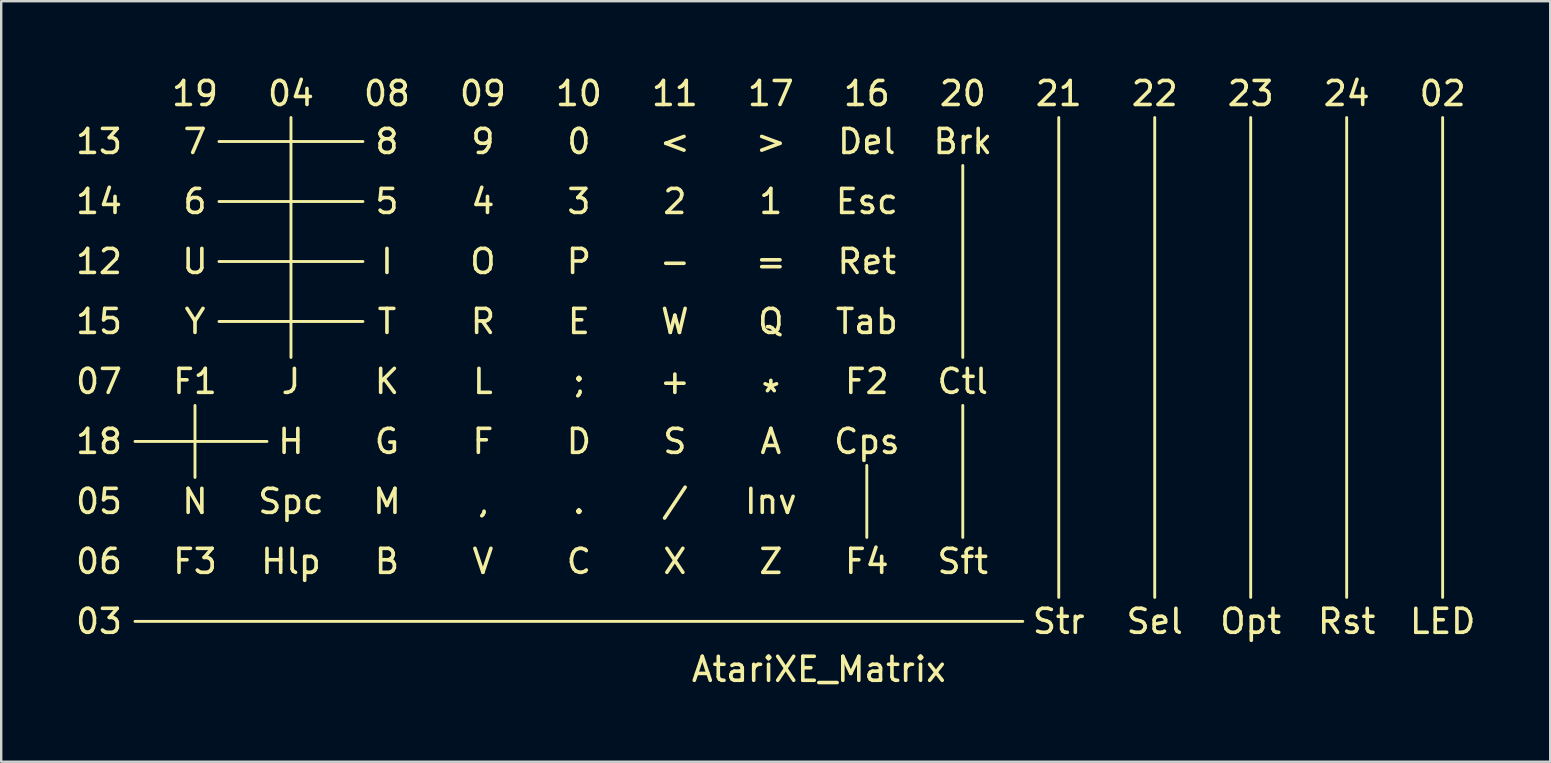
<source format=kicad_pcb>
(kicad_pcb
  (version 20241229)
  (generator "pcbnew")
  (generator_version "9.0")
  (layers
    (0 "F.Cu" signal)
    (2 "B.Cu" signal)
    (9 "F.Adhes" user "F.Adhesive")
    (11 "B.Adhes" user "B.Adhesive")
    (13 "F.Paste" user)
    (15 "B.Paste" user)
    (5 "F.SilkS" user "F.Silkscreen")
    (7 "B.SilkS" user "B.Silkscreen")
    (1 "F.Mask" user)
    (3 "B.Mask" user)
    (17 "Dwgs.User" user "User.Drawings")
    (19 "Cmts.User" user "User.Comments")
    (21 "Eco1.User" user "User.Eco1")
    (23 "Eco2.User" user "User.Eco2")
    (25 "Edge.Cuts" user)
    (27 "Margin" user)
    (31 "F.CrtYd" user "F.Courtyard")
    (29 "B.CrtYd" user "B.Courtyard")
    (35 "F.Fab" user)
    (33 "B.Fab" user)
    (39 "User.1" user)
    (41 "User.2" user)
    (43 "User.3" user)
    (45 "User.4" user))
  (footprint "AtariXE_Matrix"
    (layer "F.Cu")
    (at 31.077 11.348)
    (property "Reference" "AtariXE_Matrix" (at 0 13.5 0) (layer "F.SilkS") (effects (font (size 1 1) (thickness 0.15))))
    (attr through_hole)
    (fp_line (start -28.5 4) (end -23 4) (stroke (width 0.12) (type solid)) (layer "F.SilkS"))
    (fp_line (start -28.5 11.5) (end 8.5 11.5) (stroke (width 0.12) (type solid)) (layer "F.SilkS"))
    (fp_line (start -26 2.5) (end -26 5.5) (stroke (width 0.12) (type solid)) (layer "F.SilkS"))
    (fp_line (start -25 -8.5) (end -19 -8.5) (stroke (width 0.12) (type solid)) (layer "F.SilkS"))
    (fp_line (start -25 -6) (end -19 -6) (stroke (width 0.12) (type solid)) (layer "F.SilkS"))
    (fp_line (start -25 -3.5) (end -19 -3.5) (stroke (width 0.12) (type solid)) (layer "F.SilkS"))
    (fp_line (start -25 -1) (end -19 -1) (stroke (width 0.12) (type solid)) (layer "F.SilkS"))
    (fp_line (start -22 -9.5) (end -22 0.5) (stroke (width 0.12) (type solid)) (layer "F.SilkS"))
    (fp_line (start 2 5) (end 2 8) (stroke (width 0.12) (type solid)) (layer "F.SilkS"))
    (fp_line (start 6 -7.5) (end 6 0.5) (stroke (width 0.12) (type solid)) (layer "F.SilkS"))
    (fp_line (start 6 2.5) (end 6 8) (stroke (width 0.12) (type solid)) (layer "F.SilkS"))
    (fp_line (start 10 -9.5) (end 10 10.5) (stroke (width 0.12) (type solid)) (layer "F.SilkS"))
    (fp_line (start 14 -9.5) (end 14 10.5) (stroke (width 0.12) (type solid)) (layer "F.SilkS"))
    (fp_line (start 18 -9.5) (end 18 10.5) (stroke (width 0.12) (type solid)) (layer "F.SilkS"))
    (fp_line (start 22 -9.5) (end 22 10.5) (stroke (width 0.12) (type solid)) (layer "F.SilkS"))
    (fp_line (start 26 -9.5) (end 26 10.5) (stroke (width 0.12) (type solid)) (layer "F.SilkS"))
    (fp_text user "F3" (at -26 9 0) (layer "F.SilkS") (effects (font (size 1 1) (thickness 0.15))))
    (fp_text user "LED" (at 26 11.5 0) (layer "F.SilkS") (effects (font (size 1 1) (thickness 0.15))))
    (fp_text user "M" (at -18 6.5 0) (layer "F.SilkS") (effects (font (size 1 1) (thickness 0.15))))
    (fp_text user "O" (at -14 -3.5 0) (layer "F.SilkS") (effects (font (size 1 1) (thickness 0.15))))
    (fp_text user "R" (at -14 -1 0) (layer "F.SilkS") (effects (font (size 1 1) (thickness 0.15))))
    (fp_text user "18" (at -30 4 0) (layer "F.SilkS") (effects (font (size 1 1) (thickness 0.15))))
    (fp_text user "I" (at -18 -3.5 0) (layer "F.SilkS") (effects (font (size 1 1) (thickness 0.15))))
    (fp_text user "04" (at -22 -10.5 0) (layer "F.SilkS") (effects (font (size 1 1) (thickness 0.15))))
    (fp_text user "20" (at 6 -10.5 0) (layer "F.SilkS") (effects (font (size 1 1) (thickness 0.15))))
    (fp_text user "Str" (at 10 11.5 0) (layer "F.SilkS") (effects (font (size 1 1) (thickness 0.15))))
    (fp_text user "Sel" (at 14 11.5 0) (layer "F.SilkS") (effects (font (size 1 1) (thickness 0.15))))
    (fp_text user "02" (at 26 -10.5 0) (layer "F.SilkS") (effects (font (size 1 1) (thickness 0.15))))
    (fp_text user "=" (at -2 -3.5 0) (layer "F.SilkS") (effects (font (size 1 1) (thickness 0.15))))
    (fp_text user "24" (at 22 -10.5 0) (layer "F.SilkS") (effects (font (size 1 1) (thickness 0.15))))
    (fp_text user "A" (at -2 4 0) (layer "F.SilkS") (effects (font (size 1 1) (thickness 0.15))))
    (fp_text user "C" (at -10 9 0) (layer "F.SilkS") (effects (font (size 1 1) (thickness 0.15))))
    (fp_text user "11" (at -6 -10.5 0) (layer "F.SilkS") (effects (font (size 1 1) (thickness 0.15))))
    (fp_text user "12" (at -30 -3.5 0) (layer "F.SilkS") (effects (font (size 1 1) (thickness 0.15))))
    (fp_text user "03" (at -30 11.5 0) (layer "F.SilkS") (effects (font (size 1 1) (thickness 0.15))))
    (fp_text user "." (at -10 6.5 0) (layer "F.SilkS") (effects (font (size 1 1) (thickness 0.15))))
    (fp_text user "Tab" (at 2 -1 0) (layer "F.SilkS") (effects (font (size 1 1) (thickness 0.15))))
    (fp_text user "8" (at -18 -8.5 0) (layer "F.SilkS") (effects (font (size 1 1) (thickness 0.15))))
    (fp_text user "13" (at -30 -8.5 0) (layer "F.SilkS") (effects (font (size 1 1) (thickness 0.15))))
    (fp_text user "F" (at -14 4 0) (layer "F.SilkS") (effects (font (size 1 1) (thickness 0.15))))
    (fp_text user "05" (at -30 6.5 0) (layer "F.SilkS") (effects (font (size 1 1) (thickness 0.15))))
    (fp_text user "Cps" (at 2 4 0) (layer "F.SilkS") (effects (font (size 1 1) (thickness 0.15))))
    (fp_text user "X" (at -6 9 0) (layer "F.SilkS") (effects (font (size 1 1) (thickness 0.15))))
    (fp_text user "P" (at -10 -3.5 0) (layer "F.SilkS") (effects (font (size 1 1) (thickness 0.15))))
    (fp_text user "Hlp" (at -22 9 0) (layer "F.SilkS") (effects (font (size 1 1) (thickness 0.15))))
    (fp_text user "2" (at -6 -6 0) (layer "F.SilkS") (effects (font (size 1 1) (thickness 0.15))))
    (fp_text user "T" (at -18 -1 0) (layer "F.SilkS") (effects (font (size 1 1) (thickness 0.15))))
    (fp_text user "Ret" (at 2 -3.5 0) (layer "F.SilkS") (effects (font (size 1 1) (thickness 0.15))))
    (fp_text user "Rst" (at 22 11.5 0) (layer "F.SilkS") (effects (font (size 1 1) (thickness 0.15))))
    (fp_text user "E" (at -10 -1 0) (layer "F.SilkS") (effects (font (size 1 1) (thickness 0.15))))
    (fp_text user "09" (at -14 -10.5 0) (layer "F.SilkS") (effects (font (size 1 1) (thickness 0.15))))
    (fp_text user "Y" (at -26 -1 0) (layer "F.SilkS") (effects (font (size 1 1) (thickness 0.15))))
    (fp_text user "6" (at -26 -6 0) (layer "F.SilkS") (effects (font (size 1 1) (thickness 0.15))))
    (fp_text user "08" (at -18 -10.5 0) (layer "F.SilkS") (effects (font (size 1 1) (thickness 0.15))))
    (fp_text user "Brk" (at 6 -8.5 0) (layer "F.SilkS") (effects (font (size 1 1) (thickness 0.15))))
    (fp_text user "10" (at -10 -10.5 0) (layer "F.SilkS") (effects (font (size 1 1) (thickness 0.15))))
    (fp_text user "15" (at -30 -1 0) (layer "F.SilkS") (effects (font (size 1 1) (thickness 0.15))))
    (fp_text user ">" (at -2 -8.5 0) (layer "F.SilkS") (effects (font (size 1 1) (thickness 0.15))))
    (fp_text user "Del" (at 2 -8.5 0) (layer "F.SilkS") (effects (font (size 1 1) (thickness 0.15))))
    (fp_text user "22" (at 14 -10.5 0) (layer "F.SilkS") (effects (font (size 1 1) (thickness 0.15))))
    (fp_text user "Esc" (at 2 -6 0) (layer "F.SilkS") (effects (font (size 1 1) (thickness 0.15))))
    (fp_text user "14" (at -30 -6 0) (layer "F.SilkS") (effects (font (size 1 1) (thickness 0.15))))
    (fp_text user "06" (at -30 9 0) (layer "F.SilkS") (effects (font (size 1 1) (thickness 0.15))))
    (fp_text user "23" (at 18 -10.5 0) (layer "F.SilkS") (effects (font (size 1 1) (thickness 0.15))))
    (fp_text user "B" (at -18 9 0) (layer "F.SilkS") (effects (font (size 1 1) (thickness 0.15))))
    (fp_text user "Inv" (at -2 6.5 0) (layer "F.SilkS") (effects (font (size 1 1) (thickness 0.15))))
    (fp_text user "/" (at -6 6.5 0) (layer "F.SilkS") (effects (font (size 1 1) (thickness 0.15))))
    (fp_text user "F4" (at 2 9 0) (layer "F.SilkS") (effects (font (size 1 1) (thickness 0.15))))
    (fp_text user "Sft" (at 6 9 0) (layer "F.SilkS") (effects (font (size 1 1) (thickness 0.15))))
    (fp_text user "H" (at -22 4 0) (layer "F.SilkS") (effects (font (size 1 1) (thickness 0.15))))
    (fp_text user "3" (at -10 -6 0) (layer "F.SilkS") (effects (font (size 1 1) (thickness 0.15))))
    (fp_text user "Spc" (at -22 6.5 0) (layer "F.SilkS") (effects (font (size 1 1) (thickness 0.15))))
    (fp_text user "+" (at -6 1.5 0) (layer "F.SilkS") (effects (font (size 1 1) (thickness 0.15))))
    (fp_text user "K" (at -18 1.5 0) (layer "F.SilkS") (effects (font (size 1 1) (thickness 0.15))))
    (fp_text user "Z" (at -2 9 0) (layer "F.SilkS") (effects (font (size 1 1) (thickness 0.15))))
    (fp_text user "17" (at -2 -10.5 0) (layer "F.SilkS") (effects (font (size 1 1) (thickness 0.15))))
    (fp_text user "F2" (at 2 1.5 0) (layer "F.SilkS") (effects (font (size 1 1) (thickness 0.15))))
    (fp_text user "L" (at -14 1.5 0) (layer "F.SilkS") (effects (font (size 1 1) (thickness 0.15))))
    (fp_text user "N" (at -26 6.5 0) (layer "F.SilkS") (effects (font (size 1 1) (thickness 0.15))))
    (fp_text user "Ctl" (at 6 1.5 0) (layer "F.SilkS") (effects (font (size 1 1) (thickness 0.15))))
    (fp_text user "0" (at -10 -8.5 0) (layer "F.SilkS") (effects (font (size 1 1) (thickness 0.15))))
    (fp_text user "Opt" (at 18 11.5 0) (layer "F.SilkS") (effects (font (size 1 1) (thickness 0.15))))
    (fp_text user "*" (at -2 2 0) (layer "F.SilkS") (effects (font (size 1 1) (thickness 0.15))))
    (fp_text user "1" (at -2 -6 0) (layer "F.SilkS") (effects (font (size 1 1) (thickness 0.15))))
    (fp_text user "-" (at -6 -3.5 0) (layer "F.SilkS") (effects (font (size 1 1) (thickness 0.15))))
    (fp_text user "," (at -14 6.5 0) (layer "F.SilkS") (effects (font (size 1 1) (thickness 0.15))))
    (fp_text user "G" (at -18 4 0) (layer "F.SilkS") (effects (font (size 1 1) (thickness 0.15))))
    (fp_text user "07" (at -30 1.5 0) (layer "F.SilkS") (effects (font (size 1 1) (thickness 0.15))))
    (fp_text user "S" (at -6 4 0) (layer "F.SilkS") (effects (font (size 1 1) (thickness 0.15))))
    (fp_text user "J" (at -22 1.5 0) (layer "F.SilkS") (effects (font (size 1 1) (thickness 0.15))))
    (fp_text user ";" (at -10 1.5 0) (layer "F.SilkS") (effects (font (size 1 1) (thickness 0.15))))
    (fp_text user "7" (at -26 -8.5 0) (layer "F.SilkS") (effects (font (size 1 1) (thickness 0.15))))
    (fp_text user "16" (at 2 -10.5 0) (layer "F.SilkS") (effects (font (size 1 1) (thickness 0.15))))
    (fp_text user "19" (at -26 -10.5 0) (layer "F.SilkS") (effects (font (size 1 1) (thickness 0.15))))
    (fp_text user "5" (at -18 -6 0) (layer "F.SilkS") (effects (font (size 1 1) (thickness 0.15))))
    (fp_text user "V" (at -14 9 0) (layer "F.SilkS") (effects (font (size 1 1) (thickness 0.15))))
    (fp_text user "F1" (at -26 1.5 0) (layer "F.SilkS") (effects (font (size 1 1) (thickness 0.15))))
    (fp_text user "Q" (at -2 -1 0) (layer "F.SilkS") (effects (font (size 1 1) (thickness 0.15))))
    (fp_text user "9" (at -14 -8.5 0) (layer "F.SilkS") (effects (font (size 1 1) (thickness 0.15))))
    (fp_text user "W" (at -6 -1 0) (layer "F.SilkS") (effects (font (size 1 1) (thickness 0.15))))
    (fp_text user "<" (at -6 -8.5 0) (layer "F.SilkS") (effects (font (size 1 1) (thickness 0.15))))
    (fp_text user "D" (at -10 4 0) (layer "F.SilkS") (effects (font (size 1 1) (thickness 0.15))))
    (fp_text user "4" (at -14 -6 0) (layer "F.SilkS") (effects (font (size 1 1) (thickness 0.15))))
    (fp_text user "21" (at 10 -10.5 0) (layer "F.SilkS") (effects (font (size 1 1) (thickness 0.15))))
    (fp_text user "U" (at -26 -3.5 0) (layer "F.SilkS") (effects (font (size 1 1) (thickness 0.15)))))
  (gr_rect
    (start -3 -3)
    (end 61.56 28.697)
    (stroke (width 0.1) (type default))
    (fill no)
    (layer "Edge.Cuts")))
</source>
